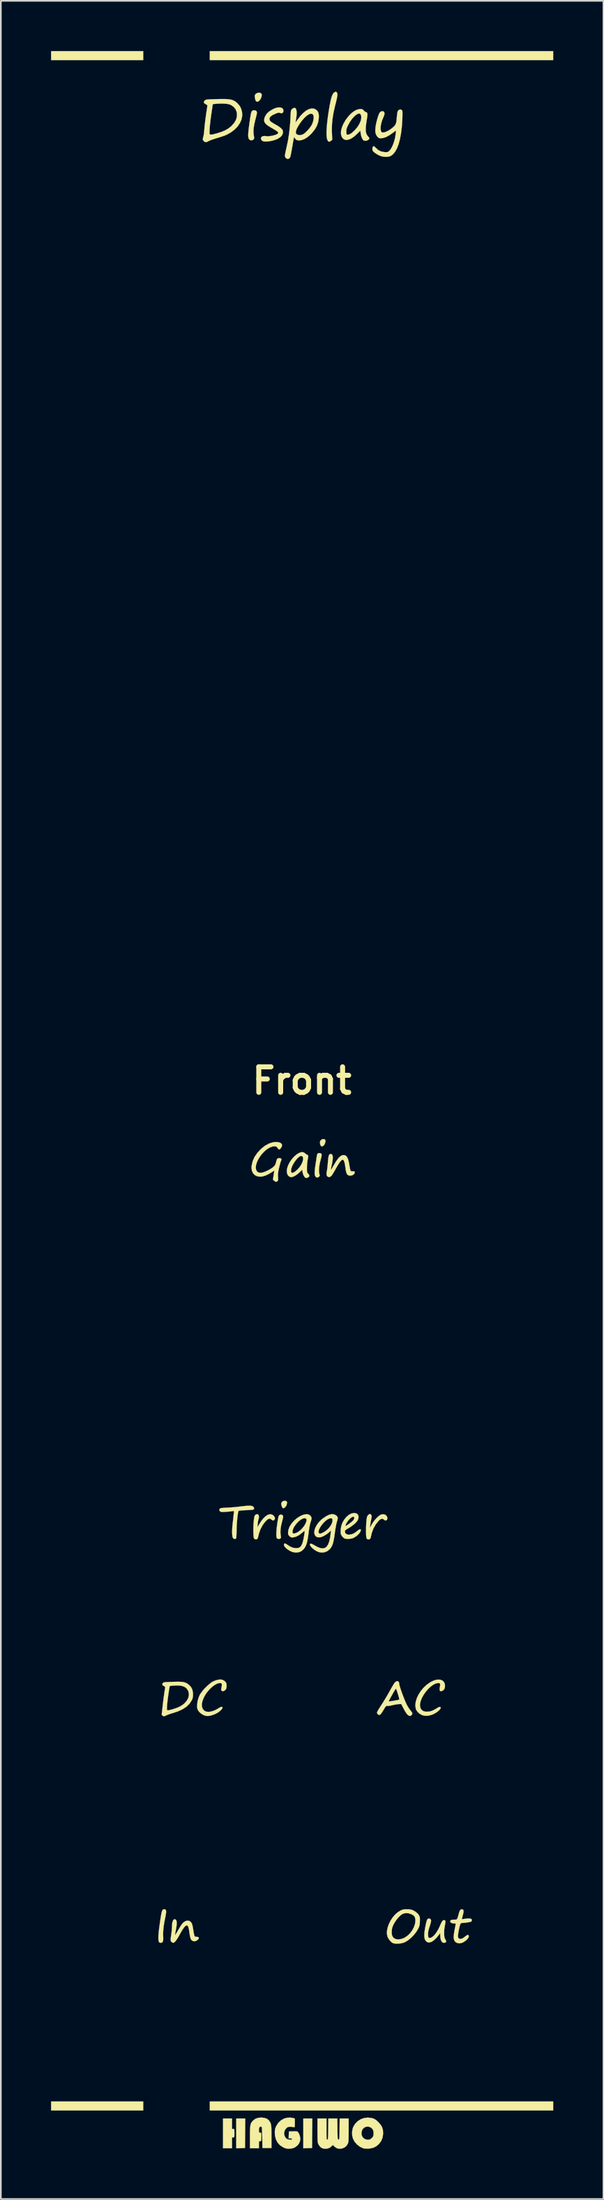
<source format=kicad_pcb>
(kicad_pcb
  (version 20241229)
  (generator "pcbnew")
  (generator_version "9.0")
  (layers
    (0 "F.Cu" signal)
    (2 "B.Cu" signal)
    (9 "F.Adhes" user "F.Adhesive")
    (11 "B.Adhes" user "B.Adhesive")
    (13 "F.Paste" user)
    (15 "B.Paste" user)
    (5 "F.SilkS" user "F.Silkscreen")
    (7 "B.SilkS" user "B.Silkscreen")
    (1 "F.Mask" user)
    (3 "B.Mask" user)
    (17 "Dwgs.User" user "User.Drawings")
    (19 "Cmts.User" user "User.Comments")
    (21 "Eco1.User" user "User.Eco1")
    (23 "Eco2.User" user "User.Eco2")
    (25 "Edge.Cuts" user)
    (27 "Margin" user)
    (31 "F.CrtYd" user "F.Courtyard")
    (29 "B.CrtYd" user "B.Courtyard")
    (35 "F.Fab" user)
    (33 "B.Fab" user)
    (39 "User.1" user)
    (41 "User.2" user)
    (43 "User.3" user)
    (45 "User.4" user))
  (footprint "Front"
    (layer "F.Cu")
    (at 14.991 61.529)
    (property "Reference" "Front" (at 0 0 0) (layer "F.SilkS") (effects (font (size 1.524 1.524) (thickness 0.3))))
    (attr through_hole)
    (fp_poly (pts (xy -9.483 -60.988) (xy -14.986 -60.988) (xy -14.986 -61.524) (xy -9.483 -61.524) (xy -9.483 -60.988)) (stroke (width 0.01) (type solid)) (fill yes) (layer "F.SilkS"))
    (fp_poly (pts (xy -9.483 61.524) (xy -14.986 61.524) (xy -14.986 60.988) (xy -9.483 60.988) (xy -9.483 61.524)) (stroke (width 0.01) (type solid)) (fill yes) (layer "F.SilkS"))
    (fp_poly (pts (xy 15.014 -60.988) (xy -5.503 -60.988) (xy -5.503 -61.524) (xy 15.014 -61.524) (xy 15.014 -60.988)) (stroke (width 0.01) (type solid)) (fill yes) (layer "F.SilkS"))
    (fp_poly (pts (xy 15.014 61.524) (xy -5.503 61.524) (xy -5.503 60.988) (xy 15.014 60.988) (xy 15.014 61.524)) (stroke (width 0.01) (type solid)) (fill yes) (layer "F.SilkS"))
    (fp_poly (pts (xy -3.393 62.886) (xy -3.401 63.768) (xy -3.662 63.776) (xy -3.923 63.784) (xy -3.923 62.004) (xy -3.386 62.004) (xy -3.393 62.886)) (stroke (width 0.01) (type solid)) (fill yes) (layer "F.SilkS"))
    (fp_poly (pts (xy 0.614 62.886) (xy 0.607 63.768) (xy 0.346 63.776) (xy 0.085 63.784) (xy 0.085 62.004) (xy 0.622 62.004) (xy 0.614 62.886)) (stroke (width 0.01) (type solid)) (fill yes) (layer "F.SilkS"))
    (fp_poly (pts (xy 1.383 3.514) (xy 1.401 3.543) (xy 1.408 3.622) (xy 1.387 3.72) (xy 1.345 3.813) (xy 1.312 3.855) (xy 1.233 3.914) (xy 1.169 3.918) (xy 1.12 3.868) (xy 1.099 3.816) (xy 1.076 3.691) (xy 1.095 3.597) (xy 1.157 3.524) (xy 1.162 3.52) (xy 1.24 3.485) (xy 1.32 3.484) (xy 1.383 3.514)) (stroke (width 0.01) (type solid)) (fill yes) (layer "F.SilkS"))
    (fp_poly (pts (xy -0.961 25.106) (xy -0.905 25.141) (xy -0.882 25.197) (xy -0.887 25.227) (xy -0.904 25.289) (xy -0.919 25.351) (xy -0.955 25.424) (xy -1.017 25.491) (xy -1.086 25.534) (xy -1.119 25.541) (xy -1.156 25.517) (xy -1.188 25.463) (xy -1.226 25.346) (xy -1.235 25.262) (xy -1.214 25.197) (xy -1.184 25.159) (xy -1.115 25.112) (xy -1.035 25.095) (xy -0.961 25.106)) (stroke (width 0.01) (type solid)) (fill yes) (layer "F.SilkS"))
    (fp_poly (pts (xy -4.177 62.625) (xy -4.106 62.625) (xy -4.073 62.627) (xy -4.052 62.64) (xy -4.041 62.676) (xy -4.037 62.744) (xy -4.036 62.857) (xy -4.036 62.879) (xy -4.036 62.999) (xy -4.04 63.074) (xy -4.05 63.114) (xy -4.069 63.13) (xy -4.1 63.133) (xy -4.106 63.133) (xy -4.177 63.133) (xy -4.177 63.782) (xy -4.713 63.782) (xy -4.713 62.004) (xy -4.177 62.004) (xy -4.177 62.625)) (stroke (width 0.01) (type solid)) (fill yes) (layer "F.SilkS"))
    (fp_poly (pts (xy -2.503 -59.033) (xy -2.435 -58.998) (xy -2.401 -58.939) (xy -2.399 -58.92) (xy -2.414 -58.803) (xy -2.452 -58.696) (xy -2.507 -58.607) (xy -2.572 -58.541) (xy -2.64 -58.505) (xy -2.703 -58.507) (xy -2.754 -58.551) (xy -2.77 -58.582) (xy -2.793 -58.662) (xy -2.812 -58.76) (xy -2.815 -58.778) (xy -2.818 -58.862) (xy -2.797 -58.921) (xy -2.756 -58.968) (xy -2.678 -59.02) (xy -2.589 -59.04) (xy -2.503 -59.033)) (stroke (width 0.01) (type solid)) (fill yes) (layer "F.SilkS"))
    (fp_poly (pts (xy -1.215 25.924) (xy -1.149 25.964) (xy -1.13 25.991) (xy -1.121 26.04) (xy -1.131 26.123) (xy -1.162 26.249) (xy -1.173 26.286) (xy -1.236 26.54) (xy -1.274 26.775) (xy -1.285 26.979) (xy -1.269 27.14) (xy -1.253 27.24) (xy -1.255 27.302) (xy -1.271 27.335) (xy -1.331 27.369) (xy -1.41 27.372) (xy -1.481 27.345) (xy -1.499 27.329) (xy -1.519 27.271) (xy -1.528 27.167) (xy -1.527 27.023) (xy -1.516 26.848) (xy -1.497 26.651) (xy -1.468 26.438) (xy -1.433 26.219) (xy -1.395 26.029) (xy -1.357 25.959) (xy -1.29 25.923) (xy -1.215 25.924)) (stroke (width 0.01) (type solid)) (fill yes) (layer "F.SilkS"))
    (fp_poly (pts (xy 1.117 4.327) (xy 1.161 4.357) (xy 1.179 4.415) (xy 1.172 4.508) (xy 1.141 4.643) (xy 1.113 4.741) (xy 1.068 4.922) (xy 1.037 5.11) (xy 1.022 5.289) (xy 1.023 5.445) (xy 1.041 5.564) (xy 1.044 5.574) (xy 1.065 5.646) (xy 1.06 5.689) (xy 1.027 5.725) (xy 1.017 5.734) (xy 0.941 5.779) (xy 0.876 5.773) (xy 0.818 5.729) (xy 0.783 5.669) (xy 0.765 5.574) (xy 0.764 5.438) (xy 0.779 5.257) (xy 0.805 5.066) (xy 0.828 4.915) (xy 0.852 4.755) (xy 0.872 4.615) (xy 0.878 4.572) (xy 0.898 4.451) (xy 0.922 4.376) (xy 0.957 4.336) (xy 1.008 4.32) (xy 1.046 4.318) (xy 1.117 4.327)) (stroke (width 0.01) (type solid)) (fill yes) (layer "F.SilkS"))
    (fp_poly (pts (xy -8.165 49.512) (xy -8.13 49.547) (xy -8.114 49.613) (xy -8.118 49.717) (xy -8.14 49.863) (xy -8.165 49.987) (xy -8.228 50.307) (xy -8.269 50.585) (xy -8.291 50.831) (xy -8.294 51.055) (xy -8.291 51.123) (xy -8.287 51.28) (xy -8.297 51.389) (xy -8.323 51.458) (xy -8.368 51.494) (xy -8.435 51.506) (xy -8.441 51.506) (xy -8.51 51.492) (xy -8.549 51.441) (xy -8.552 51.433) (xy -8.57 51.354) (xy -8.578 51.238) (xy -8.573 51.083) (xy -8.558 50.884) (xy -8.53 50.638) (xy -8.49 50.342) (xy -8.481 50.281) (xy -8.447 50.051) (xy -8.418 49.871) (xy -8.392 49.735) (xy -8.367 49.637) (xy -8.341 49.57) (xy -8.312 49.53) (xy -8.277 49.509) (xy -8.236 49.502) (xy -8.222 49.502) (xy -8.165 49.512)) (stroke (width 0.01) (type solid)) (fill yes) (layer "F.SilkS"))
    (fp_poly (pts (xy 2.05 -59.088) (xy 2.08 -59.062) (xy 2.105 -59.026) (xy 2.119 -58.977) (xy 2.121 -58.907) (xy 2.109 -58.81) (xy 2.084 -58.678) (xy 2.044 -58.506) (xy 1.993 -58.306) (xy 1.896 -57.887) (xy 1.831 -57.5) (xy 1.796 -57.134) (xy 1.789 -56.774) (xy 1.794 -56.626) (xy 1.813 -56.228) (xy 1.735 -56.167) (xy 1.668 -56.12) (xy 1.622 -56.111) (xy 1.576 -56.139) (xy 1.555 -56.16) (xy 1.513 -56.236) (xy 1.485 -56.362) (xy 1.472 -56.536) (xy 1.473 -56.755) (xy 1.488 -57.013) (xy 1.516 -57.309) (xy 1.557 -57.638) (xy 1.612 -57.997) (xy 1.667 -58.307) (xy 1.713 -58.542) (xy 1.758 -58.726) (xy 1.804 -58.866) (xy 1.853 -58.967) (xy 1.908 -59.035) (xy 1.954 -59.069) (xy 2.012 -59.095) (xy 2.05 -59.088)) (stroke (width 0.01) (type solid)) (fill yes) (layer "F.SilkS"))
    (fp_poly (pts (xy -2.772 -57.981) (xy -2.708 -57.931) (xy -2.686 -57.848) (xy -2.689 -57.816) (xy -2.701 -57.754) (xy -2.725 -57.652) (xy -2.756 -57.526) (xy -2.788 -57.404) (xy -2.849 -57.143) (xy -2.885 -56.92) (xy -2.896 -56.726) (xy -2.884 -56.547) (xy -2.876 -56.495) (xy -2.859 -56.391) (xy -2.855 -56.326) (xy -2.865 -56.284) (xy -2.891 -56.249) (xy -2.893 -56.247) (xy -2.967 -56.201) (xy -3.054 -56.195) (xy -3.13 -56.23) (xy -3.141 -56.241) (xy -3.171 -56.284) (xy -3.193 -56.341) (xy -3.205 -56.417) (xy -3.209 -56.518) (xy -3.202 -56.649) (xy -3.187 -56.816) (xy -3.161 -57.024) (xy -3.126 -57.279) (xy -3.102 -57.446) (xy -3.073 -57.632) (xy -3.048 -57.77) (xy -3.023 -57.866) (xy -2.995 -57.929) (xy -2.961 -57.966) (xy -2.919 -57.985) (xy -2.874 -57.991) (xy -2.772 -57.981)) (stroke (width 0.01) (type solid)) (fill yes) (layer "F.SilkS"))
    (fp_poly (pts (xy -2.625 25.908) (xy -2.583 25.96) (xy -2.567 26.046) (xy -2.58 26.152) (xy -2.596 26.204) (xy -2.613 26.27) (xy -2.629 26.37) (xy -2.641 26.481) (xy -2.657 26.684) (xy -2.569 26.528) (xy -2.438 26.317) (xy -2.303 26.146) (xy -2.168 26.019) (xy -2.037 25.935) (xy -1.914 25.899) (xy -1.801 25.911) (xy -1.702 25.974) (xy -1.688 25.989) (xy -1.628 26.071) (xy -1.611 26.141) (xy -1.636 26.216) (xy -1.638 26.22) (xy -1.688 26.267) (xy -1.754 26.266) (xy -1.82 26.218) (xy -1.887 26.168) (xy -1.961 26.163) (xy -2.046 26.205) (xy -2.147 26.296) (xy -2.183 26.334) (xy -2.345 26.548) (xy -2.477 26.795) (xy -2.568 27.053) (xy -2.585 27.124) (xy -2.61 27.23) (xy -2.635 27.316) (xy -2.656 27.365) (xy -2.658 27.368) (xy -2.716 27.4) (xy -2.79 27.396) (xy -2.852 27.359) (xy -2.854 27.357) (xy -2.874 27.303) (xy -2.888 27.203) (xy -2.897 27.068) (xy -2.901 26.909) (xy -2.9 26.734) (xy -2.894 26.556) (xy -2.883 26.384) (xy -2.869 26.229) (xy -2.851 26.101) (xy -2.829 26.01) (xy -2.819 25.986) (xy -2.76 25.92) (xy -2.684 25.895) (xy -2.625 25.908)) (stroke (width 0.01) (type solid)) (fill yes) (layer "F.SilkS"))
    (fp_poly (pts (xy 4.121 25.913) (xy 4.135 25.927) (xy 4.17 25.998) (xy 4.168 26.047) (xy 4.156 26.116) (xy 4.137 26.214) (xy 4.126 26.275) (xy 4.105 26.396) (xy 4.086 26.523) (xy 4.079 26.571) (xy 4.063 26.712) (xy 4.169 26.516) (xy 4.255 26.377) (xy 4.36 26.24) (xy 4.475 26.114) (xy 4.589 26.01) (xy 4.692 25.938) (xy 4.752 25.912) (xy 4.877 25.9) (xy 4.985 25.932) (xy 5.064 26.001) (xy 5.105 26.099) (xy 5.108 26.14) (xy 5.088 26.223) (xy 5.036 26.267) (xy 4.967 26.267) (xy 4.897 26.218) (xy 4.825 26.169) (xy 4.745 26.172) (xy 4.652 26.228) (xy 4.598 26.277) (xy 4.423 26.489) (xy 4.28 26.738) (xy 4.177 27.007) (xy 4.134 27.192) (xy 4.109 27.304) (xy 4.074 27.37) (xy 4.022 27.399) (xy 3.978 27.404) (xy 3.907 27.389) (xy 3.864 27.336) (xy 3.86 27.326) (xy 3.847 27.266) (xy 3.838 27.16) (xy 3.833 27.021) (xy 3.832 26.86) (xy 3.834 26.688) (xy 3.841 26.516) (xy 3.85 26.357) (xy 3.864 26.221) (xy 3.864 26.219) (xy 3.882 26.101) (xy 3.904 26.024) (xy 3.936 25.972) (xy 3.965 25.943) (xy 4.03 25.894) (xy 4.076 25.885) (xy 4.121 25.913)) (stroke (width 0.01) (type solid)) (fill yes) (layer "F.SilkS"))
    (fp_poly (pts (xy 4.153 61.973) (xy 4.223 61.992) (xy 4.318 62.028) (xy 4.402 62.076) (xy 4.49 62.148) (xy 4.574 62.228) (xy 4.708 62.381) (xy 4.794 62.53) (xy 4.841 62.693) (xy 4.852 62.884) (xy 4.85 62.944) (xy 4.815 63.164) (xy 4.733 63.357) (xy 4.601 63.528) (xy 4.587 63.543) (xy 4.431 63.672) (xy 4.263 63.754) (xy 4.07 63.795) (xy 3.965 63.802) (xy 3.848 63.802) (xy 3.745 63.797) (xy 3.676 63.787) (xy 3.669 63.785) (xy 3.469 63.693) (xy 3.291 63.557) (xy 3.147 63.389) (xy 3.049 63.202) (xy 3.004 63.011) (xy 3 62.836) (xy 3.56 62.836) (xy 3.565 62.974) (xy 3.613 63.097) (xy 3.699 63.193) (xy 3.818 63.255) (xy 3.944 63.274) (xy 4.034 63.265) (xy 4.108 63.23) (xy 4.168 63.18) (xy 4.23 63.115) (xy 4.264 63.051) (xy 4.28 62.964) (xy 4.283 62.931) (xy 4.277 62.772) (xy 4.227 62.647) (xy 4.132 62.552) (xy 4.112 62.539) (xy 3.984 62.491) (xy 3.854 62.493) (xy 3.734 62.541) (xy 3.638 62.632) (xy 3.603 62.69) (xy 3.56 62.836) (xy 3 62.836) (xy 2.999 62.803) (xy 3.035 62.602) (xy 3.069 62.507) (xy 3.182 62.319) (xy 3.334 62.165) (xy 3.515 62.049) (xy 3.718 61.976) (xy 3.934 61.95) (xy 4.153 61.973)) (stroke (width 0.01) (type solid)) (fill yes) (layer "F.SilkS"))
    (fp_poly (pts (xy -2.24 61.967) (xy -2.082 62.026) (xy -1.962 62.125) (xy -1.878 62.265) (xy -1.872 62.28) (xy -1.855 62.33) (xy -1.842 62.386) (xy -1.833 62.458) (xy -1.827 62.552) (xy -1.823 62.678) (xy -1.821 62.843) (xy -1.82 63.055) (xy -1.82 63.091) (xy -1.82 63.768) (xy -2.357 63.768) (xy -2.371 63.133) (xy -2.376 62.928) (xy -2.38 62.771) (xy -2.386 62.658) (xy -2.392 62.58) (xy -2.401 62.531) (xy -2.412 62.504) (xy -2.427 62.492) (xy -2.436 62.489) (xy -2.504 62.496) (xy -2.548 62.551) (xy -2.567 62.654) (xy -2.568 62.699) (xy -2.566 62.787) (xy -2.556 62.832) (xy -2.531 62.849) (xy -2.498 62.851) (xy -2.464 62.853) (xy -2.444 62.866) (xy -2.432 62.902) (xy -2.428 62.97) (xy -2.427 63.082) (xy -2.427 63.105) (xy -2.428 63.225) (xy -2.431 63.3) (xy -2.441 63.34) (xy -2.46 63.356) (xy -2.491 63.359) (xy -2.498 63.359) (xy -2.534 63.362) (xy -2.555 63.377) (xy -2.565 63.418) (xy -2.568 63.496) (xy -2.568 63.571) (xy -2.568 63.782) (xy -3.104 63.782) (xy -3.104 63.129) (xy -3.104 62.889) (xy -3.1 62.698) (xy -3.092 62.548) (xy -3.079 62.432) (xy -3.059 62.342) (xy -3.031 62.271) (xy -2.993 62.211) (xy -2.944 62.154) (xy -2.922 62.131) (xy -2.783 62.025) (xy -2.621 61.966) (xy -2.438 61.948) (xy -2.24 61.967)) (stroke (width 0.01) (type solid)) (fill yes) (layer "F.SilkS"))
    (fp_poly (pts (xy 8.279 35.789) (xy 8.4 35.838) (xy 8.489 35.925) (xy 8.54 36.046) (xy 8.551 36.15) (xy 8.534 36.289) (xy 8.479 36.389) (xy 8.402 36.445) (xy 8.313 36.474) (xy 8.257 36.461) (xy 8.23 36.402) (xy 8.233 36.297) (xy 8.245 36.225) (xy 8.263 36.108) (xy 8.258 36.035) (xy 8.226 35.996) (xy 8.163 35.984) (xy 8.149 35.983) (xy 8.009 36.009) (xy 7.858 36.081) (xy 7.704 36.191) (xy 7.553 36.331) (xy 7.41 36.494) (xy 7.284 36.672) (xy 7.179 36.857) (xy 7.102 37.041) (xy 7.061 37.217) (xy 7.056 37.3) (xy 7.077 37.456) (xy 7.141 37.575) (xy 7.246 37.656) (xy 7.39 37.696) (xy 7.421 37.699) (xy 7.606 37.692) (xy 7.79 37.64) (xy 7.983 37.541) (xy 8.044 37.502) (xy 8.159 37.435) (xy 8.241 37.408) (xy 8.287 37.423) (xy 8.297 37.46) (xy 8.273 37.527) (xy 8.206 37.607) (xy 8.108 37.692) (xy 7.988 37.773) (xy 7.857 37.843) (xy 7.757 37.884) (xy 7.558 37.935) (xy 7.383 37.945) (xy 7.218 37.912) (xy 7.197 37.905) (xy 7.049 37.83) (xy 6.924 37.722) (xy 6.834 37.595) (xy 6.804 37.518) (xy 6.778 37.326) (xy 6.8 37.117) (xy 6.863 36.9) (xy 6.965 36.682) (xy 7.1 36.47) (xy 7.263 36.271) (xy 7.452 36.094) (xy 7.66 35.946) (xy 7.778 35.881) (xy 7.962 35.808) (xy 8.131 35.778) (xy 8.279 35.789)) (stroke (width 0.01) (type solid)) (fill yes) (layer "F.SilkS"))
    (fp_poly (pts (xy -0.529 61.977) (xy -0.423 62.007) (xy -0.423 62.276) (xy -0.424 62.4) (xy -0.427 62.477) (xy -0.435 62.517) (xy -0.451 62.53) (xy -0.477 62.525) (xy -0.487 62.521) (xy -0.552 62.508) (xy -0.646 62.499) (xy -0.697 62.498) (xy -0.794 62.504) (xy -0.862 62.527) (xy -0.925 62.577) (xy -0.929 62.58) (xy -1.018 62.7) (xy -1.06 62.838) (xy -1.056 62.979) (xy -1.004 63.111) (xy -0.962 63.168) (xy -0.899 63.224) (xy -0.825 63.255) (xy -0.739 63.267) (xy -0.652 63.273) (xy -0.608 63.266) (xy -0.593 63.244) (xy -0.593 63.235) (xy -0.61 63.203) (xy -0.668 63.19) (xy -0.693 63.19) (xy -0.793 63.19) (xy -0.776 62.78) (xy -0.528 62.772) (xy -0.407 62.769) (xy -0.328 62.772) (xy -0.279 62.784) (xy -0.246 62.806) (xy -0.224 62.829) (xy -0.166 62.927) (xy -0.122 63.055) (xy -0.098 63.188) (xy -0.101 63.294) (xy -0.141 63.435) (xy -0.212 63.553) (xy -0.287 63.633) (xy -0.423 63.734) (xy -0.579 63.792) (xy -0.767 63.81) (xy -0.771 63.81) (xy -0.893 63.804) (xy -0.997 63.779) (xy -1.114 63.729) (xy -1.126 63.723) (xy -1.311 63.601) (xy -1.455 63.442) (xy -1.554 63.249) (xy -1.609 63.026) (xy -1.62 62.845) (xy -1.615 62.717) (xy -1.598 62.618) (xy -1.563 62.521) (xy -1.527 62.444) (xy -1.409 62.261) (xy -1.256 62.117) (xy -1.077 62.014) (xy -0.88 61.958) (xy -0.674 61.951) (xy -0.529 61.977)) (stroke (width 0.01) (type solid)) (fill yes) (layer "F.SilkS"))
    (fp_poly (pts (xy -1.277 -58.156) (xy -1.182 -58.119) (xy -1.122 -58.054) (xy -1.103 -57.961) (xy -1.112 -57.9) (xy -1.152 -57.833) (xy -1.223 -57.81) (xy -1.309 -57.831) (xy -1.356 -57.846) (xy -1.409 -57.844) (xy -1.484 -57.823) (xy -1.58 -57.787) (xy -1.752 -57.707) (xy -1.87 -57.621) (xy -1.933 -57.531) (xy -1.941 -57.439) (xy -1.894 -57.344) (xy -1.846 -57.302) (xy -1.762 -57.244) (xy -1.655 -57.18) (xy -1.591 -57.144) (xy -1.399 -57.033) (xy -1.258 -56.927) (xy -1.169 -56.83) (xy -1.139 -56.765) (xy -1.133 -56.632) (xy -1.181 -56.507) (xy -1.281 -56.393) (xy -1.431 -56.294) (xy -1.441 -56.288) (xy -1.589 -56.226) (xy -1.757 -56.176) (xy -1.931 -56.141) (xy -2.096 -56.122) (xy -2.235 -56.123) (xy -2.307 -56.136) (xy -2.396 -56.186) (xy -2.444 -56.262) (xy -2.444 -56.345) (xy -2.402 -56.407) (xy -2.322 -56.445) (xy -2.219 -56.454) (xy -2.168 -56.446) (xy -2.064 -56.436) (xy -1.936 -56.443) (xy -1.797 -56.464) (xy -1.662 -56.495) (xy -1.546 -56.534) (xy -1.461 -56.577) (xy -1.429 -56.608) (xy -1.415 -56.635) (xy -1.414 -56.661) (xy -1.432 -56.69) (xy -1.473 -56.726) (xy -1.543 -56.775) (xy -1.648 -56.84) (xy -1.793 -56.926) (xy -1.902 -56.989) (xy -2.066 -57.095) (xy -2.178 -57.196) (xy -2.241 -57.298) (xy -2.259 -57.409) (xy -2.234 -57.536) (xy -2.19 -57.647) (xy -2.091 -57.796) (xy -1.938 -57.932) (xy -1.731 -58.057) (xy -1.703 -58.07) (xy -1.544 -58.133) (xy -1.4 -58.161) (xy -1.277 -58.156)) (stroke (width 0.01) (type solid)) (fill yes) (layer "F.SilkS"))
    (fp_poly (pts (xy -3.042 25.395) (xy -2.955 25.417) (xy -2.89 25.466) (xy -2.857 25.529) (xy -2.869 25.593) (xy -2.869 25.593) (xy -2.89 25.612) (xy -2.928 25.626) (xy -2.995 25.636) (xy -3.097 25.644) (xy -3.243 25.651) (xy -3.325 25.654) (xy -3.493 25.662) (xy -3.63 25.672) (xy -3.727 25.684) (xy -3.778 25.696) (xy -3.782 25.699) (xy -3.801 25.745) (xy -3.822 25.838) (xy -3.842 25.969) (xy -3.861 26.129) (xy -3.877 26.309) (xy -3.891 26.499) (xy -3.901 26.691) (xy -3.905 26.868) (xy -3.908 27.021) (xy -3.913 27.156) (xy -3.92 27.261) (xy -3.928 27.326) (xy -3.932 27.34) (xy -3.981 27.373) (xy -4.048 27.37) (xy -4.107 27.336) (xy -4.124 27.312) (xy -4.151 27.226) (xy -4.166 27.092) (xy -4.17 26.919) (xy -4.162 26.715) (xy -4.142 26.488) (xy -4.135 26.43) (xy -4.116 26.27) (xy -4.098 26.113) (xy -4.083 25.978) (xy -4.073 25.879) (xy -4.072 25.868) (xy -4.055 25.702) (xy -4.194 25.721) (xy -4.288 25.732) (xy -4.414 25.744) (xy -4.551 25.755) (xy -4.587 25.757) (xy -4.713 25.764) (xy -4.796 25.764) (xy -4.847 25.754) (xy -4.882 25.735) (xy -4.891 25.726) (xy -4.935 25.657) (xy -4.922 25.591) (xy -4.899 25.562) (xy -4.862 25.543) (xy -4.788 25.529) (xy -4.671 25.517) (xy -4.505 25.507) (xy -4.454 25.505) (xy -4.273 25.495) (xy -4.078 25.48) (xy -3.893 25.463) (xy -3.74 25.445) (xy -3.739 25.445) (xy -3.505 25.416) (xy -3.314 25.398) (xy -3.154 25.392) (xy -3.042 25.395)) (stroke (width 0.01) (type solid)) (fill yes) (layer "F.SilkS"))
    (fp_poly (pts (xy 7.671 50.08) (xy 7.716 50.147) (xy 7.72 50.159) (xy 7.717 50.211) (xy 7.698 50.304) (xy 7.666 50.425) (xy 7.634 50.527) (xy 7.587 50.677) (xy 7.557 50.793) (xy 7.543 50.89) (xy 7.54 50.986) (xy 7.541 51.021) (xy 7.547 51.121) (xy 7.557 51.179) (xy 7.576 51.206) (xy 7.611 51.216) (xy 7.623 51.218) (xy 7.716 51.202) (xy 7.82 51.137) (xy 7.929 51.031) (xy 8.038 50.888) (xy 8.143 50.716) (xy 8.238 50.519) (xy 8.26 50.465) (xy 8.326 50.316) (xy 8.385 50.217) (xy 8.441 50.164) (xy 8.5 50.152) (xy 8.535 50.16) (xy 8.566 50.188) (xy 8.577 50.244) (xy 8.569 50.337) (xy 8.543 50.474) (xy 8.535 50.509) (xy 8.504 50.72) (xy 8.5 50.96) (xy 8.506 51.091) (xy 8.518 51.18) (xy 8.537 51.244) (xy 8.568 51.298) (xy 8.577 51.31) (xy 8.618 51.394) (xy 8.61 51.459) (xy 8.558 51.498) (xy 8.469 51.503) (xy 8.425 51.494) (xy 8.365 51.452) (xy 8.316 51.365) (xy 8.282 51.243) (xy 8.268 51.099) (xy 8.268 51.089) (xy 8.266 50.927) (xy 8.204 51.01) (xy 8.057 51.191) (xy 7.913 51.332) (xy 7.778 51.43) (xy 7.655 51.482) (xy 7.549 51.486) (xy 7.521 51.478) (xy 7.429 51.422) (xy 7.364 51.338) (xy 7.325 51.22) (xy 7.312 51.065) (xy 7.324 50.868) (xy 7.361 50.626) (xy 7.384 50.51) (xy 7.418 50.347) (xy 7.447 50.231) (xy 7.472 50.153) (xy 7.496 50.105) (xy 7.523 50.077) (xy 7.526 50.074) (xy 7.602 50.053) (xy 7.671 50.08)) (stroke (width 0.01) (type solid)) (fill yes) (layer "F.SilkS"))
    (fp_poly (pts (xy 3.248 25.845) (xy 3.332 25.906) (xy 3.379 25.996) (xy 3.385 26.108) (xy 3.347 26.232) (xy 3.309 26.297) (xy 3.222 26.401) (xy 3.095 26.516) (xy 2.942 26.632) (xy 2.776 26.738) (xy 2.734 26.761) (xy 2.643 26.815) (xy 2.592 26.857) (xy 2.571 26.898) (xy 2.568 26.931) (xy 2.592 27.026) (xy 2.661 27.09) (xy 2.771 27.119) (xy 2.815 27.121) (xy 2.978 27.097) (xy 3.138 27.025) (xy 3.304 26.901) (xy 3.31 26.897) (xy 3.403 26.825) (xy 3.472 26.794) (xy 3.512 26.805) (xy 3.52 26.858) (xy 3.515 26.887) (xy 3.465 26.992) (xy 3.373 27.104) (xy 3.25 27.21) (xy 3.107 27.3) (xy 3.062 27.322) (xy 2.96 27.353) (xy 2.832 27.37) (xy 2.7 27.373) (xy 2.589 27.359) (xy 2.552 27.348) (xy 2.482 27.301) (xy 2.409 27.222) (xy 2.349 27.134) (xy 2.325 27.075) (xy 2.318 27.012) (xy 2.316 26.914) (xy 2.32 26.801) (xy 2.32 26.796) (xy 2.354 26.596) (xy 2.357 26.587) (xy 2.602 26.587) (xy 2.605 26.603) (xy 2.627 26.598) (xy 2.676 26.568) (xy 2.759 26.512) (xy 2.841 26.454) (xy 2.984 26.344) (xy 3.078 26.249) (xy 3.125 26.164) (xy 3.133 26.116) (xy 3.12 26.065) (xy 3.072 26.049) (xy 3.062 26.049) (xy 2.985 26.073) (xy 2.895 26.137) (xy 2.802 26.231) (xy 2.716 26.343) (xy 2.647 26.462) (xy 2.61 26.554) (xy 2.602 26.587) (xy 2.357 26.587) (xy 2.424 26.404) (xy 2.524 26.226) (xy 2.648 26.072) (xy 2.788 25.948) (xy 2.939 25.863) (xy 3.094 25.825) (xy 3.129 25.823) (xy 3.248 25.845)) (stroke (width 0.01) (type solid)) (fill yes) (layer "F.SilkS"))
    (fp_poly (pts (xy 1.468 62.641) (xy 1.468 62.847) (xy 1.469 63.003) (xy 1.472 63.116) (xy 1.476 63.192) (xy 1.483 63.239) (xy 1.493 63.262) (xy 1.507 63.27) (xy 1.517 63.269) (xy 1.533 63.262) (xy 1.546 63.242) (xy 1.555 63.204) (xy 1.562 63.139) (xy 1.566 63.041) (xy 1.57 62.904) (xy 1.573 62.72) (xy 1.574 62.632) (xy 1.582 62.004) (xy 2.116 62.004) (xy 2.123 62.632) (xy 2.126 62.836) (xy 2.129 62.99) (xy 2.132 63.101) (xy 2.138 63.177) (xy 2.146 63.224) (xy 2.156 63.249) (xy 2.171 63.258) (xy 2.187 63.26) (xy 2.206 63.258) (xy 2.22 63.247) (xy 2.23 63.22) (xy 2.237 63.17) (xy 2.242 63.091) (xy 2.246 62.975) (xy 2.249 62.816) (xy 2.251 62.632) (xy 2.259 62.004) (xy 2.794 62.004) (xy 2.793 62.703) (xy 2.793 62.924) (xy 2.791 63.096) (xy 2.788 63.227) (xy 2.783 63.325) (xy 2.775 63.398) (xy 2.764 63.452) (xy 2.749 63.496) (xy 2.74 63.517) (xy 2.65 63.653) (xy 2.523 63.749) (xy 2.372 63.8) (xy 2.343 63.804) (xy 2.207 63.808) (xy 2.101 63.785) (xy 2.006 63.729) (xy 1.951 63.683) (xy 1.843 63.586) (xy 1.775 63.659) (xy 1.665 63.75) (xy 1.539 63.798) (xy 1.403 63.81) (xy 1.276 63.799) (xy 1.176 63.761) (xy 1.154 63.747) (xy 1.082 63.681) (xy 1.015 63.592) (xy 0.995 63.557) (xy 0.975 63.516) (xy 0.96 63.475) (xy 0.949 63.426) (xy 0.941 63.361) (xy 0.936 63.273) (xy 0.933 63.153) (xy 0.932 62.995) (xy 0.931 62.791) (xy 0.931 62.718) (xy 0.931 62.004) (xy 1.468 62.004) (xy 1.468 62.641)) (stroke (width 0.01) (type solid)) (fill yes) (layer "F.SilkS"))
    (fp_poly (pts (xy 1.788 4.393) (xy 1.828 4.451) (xy 1.846 4.55) (xy 1.84 4.694) (xy 1.813 4.885) (xy 1.762 5.124) (xy 1.761 5.129) (xy 1.741 5.223) (xy 1.73 5.293) (xy 1.73 5.323) (xy 1.747 5.304) (xy 1.786 5.245) (xy 1.841 5.154) (xy 1.907 5.04) (xy 1.919 5.019) (xy 2.044 4.812) (xy 2.156 4.654) (xy 2.258 4.543) (xy 2.354 4.473) (xy 2.437 4.444) (xy 2.542 4.441) (xy 2.629 4.478) (xy 2.7 4.559) (xy 2.758 4.686) (xy 2.805 4.862) (xy 2.835 5.035) (xy 2.856 5.164) (xy 2.879 5.275) (xy 2.899 5.353) (xy 2.913 5.383) (xy 2.97 5.41) (xy 3.037 5.406) (xy 3.117 5.404) (xy 3.154 5.438) (xy 3.151 5.51) (xy 3.151 5.512) (xy 3.106 5.586) (xy 3.024 5.639) (xy 2.924 5.666) (xy 2.822 5.662) (xy 2.746 5.63) (xy 2.701 5.586) (xy 2.666 5.517) (xy 2.637 5.415) (xy 2.612 5.271) (xy 2.596 5.154) (xy 2.566 4.963) (xy 2.53 4.825) (xy 2.488 4.742) (xy 2.439 4.713) (xy 2.439 4.713) (xy 2.38 4.737) (xy 2.305 4.81) (xy 2.214 4.934) (xy 2.106 5.109) (xy 2.02 5.261) (xy 1.944 5.395) (xy 1.872 5.517) (xy 1.81 5.615) (xy 1.764 5.678) (xy 1.755 5.688) (xy 1.67 5.745) (xy 1.586 5.751) (xy 1.514 5.706) (xy 1.476 5.628) (xy 1.472 5.512) (xy 1.496 5.376) (xy 1.508 5.306) (xy 1.522 5.193) (xy 1.537 5.054) (xy 1.551 4.902) (xy 1.552 4.882) (xy 1.568 4.699) (xy 1.586 4.565) (xy 1.606 4.473) (xy 1.633 4.415) (xy 1.668 4.385) (xy 1.714 4.375) (xy 1.725 4.374) (xy 1.788 4.393)) (stroke (width 0.01) (type solid)) (fill yes) (layer "F.SilkS"))
    (fp_poly (pts (xy -7.561 50.11) (xy -7.523 50.139) (xy -7.491 50.207) (xy -7.48 50.325) (xy -7.491 50.488) (xy -7.522 50.693) (xy -7.536 50.759) (xy -7.558 50.876) (xy -7.575 50.971) (xy -7.582 51.031) (xy -7.581 51.046) (xy -7.563 51.028) (xy -7.525 50.97) (xy -7.471 50.881) (xy -7.421 50.795) (xy -7.348 50.668) (xy -7.272 50.545) (xy -7.207 50.443) (xy -7.178 50.401) (xy -7.072 50.284) (xy -6.956 50.21) (xy -6.84 50.181) (xy -6.731 50.199) (xy -6.65 50.253) (xy -6.609 50.302) (xy -6.576 50.36) (xy -6.549 50.439) (xy -6.524 50.549) (xy -6.498 50.698) (xy -6.481 50.81) (xy -6.46 50.932) (xy -6.438 51.034) (xy -6.418 51.102) (xy -6.407 51.121) (xy -6.359 51.142) (xy -6.283 51.153) (xy -6.271 51.153) (xy -6.19 51.167) (xy -6.157 51.207) (xy -6.175 51.268) (xy -6.219 51.32) (xy -6.322 51.393) (xy -6.429 51.418) (xy -6.529 51.395) (xy -6.611 51.325) (xy -6.638 51.28) (xy -6.663 51.207) (xy -6.689 51.098) (xy -6.711 50.97) (xy -6.719 50.913) (xy -6.747 50.728) (xy -6.777 50.595) (xy -6.813 50.509) (xy -6.855 50.467) (xy -6.883 50.461) (xy -6.946 50.488) (xy -7.026 50.568) (xy -7.122 50.701) (xy -7.233 50.885) (xy -7.295 50.999) (xy -7.403 51.189) (xy -7.499 51.338) (xy -7.582 51.441) (xy -7.649 51.497) (xy -7.681 51.506) (xy -7.733 51.49) (xy -7.783 51.462) (xy -7.815 51.433) (xy -7.835 51.396) (xy -7.843 51.34) (xy -7.84 51.256) (xy -7.826 51.135) (xy -7.804 50.981) (xy -7.784 50.83) (xy -7.77 50.671) (xy -7.762 50.531) (xy -7.761 50.49) (xy -7.751 50.338) (xy -7.722 50.219) (xy -7.678 50.137) (xy -7.623 50.099) (xy -7.561 50.11)) (stroke (width 0.01) (type solid)) (fill yes) (layer "F.SilkS"))
    (fp_poly (pts (xy 6.367 49.506) (xy 6.479 49.517) (xy 6.553 49.531) (xy 6.683 49.585) (xy 6.814 49.669) (xy 6.927 49.769) (xy 6.992 49.855) (xy 7.024 49.917) (xy 7.043 49.98) (xy 7.051 50.059) (xy 7.051 50.171) (xy 7.049 50.222) (xy 7.043 50.357) (xy 7.028 50.458) (xy 7.002 50.546) (xy 6.959 50.644) (xy 6.951 50.66) (xy 6.832 50.858) (xy 6.676 51.054) (xy 6.498 51.232) (xy 6.309 51.38) (xy 6.161 51.467) (xy 6.033 51.514) (xy 5.881 51.545) (xy 5.722 51.559) (xy 5.575 51.554) (xy 5.457 51.531) (xy 5.425 51.517) (xy 5.327 51.445) (xy 5.229 51.336) (xy 5.148 51.211) (xy 5.122 51.156) (xy 5.082 50.991) (xy 5.083 50.815) (xy 5.367 50.815) (xy 5.37 50.979) (xy 5.401 51.102) (xy 5.464 51.195) (xy 5.54 51.255) (xy 5.651 51.295) (xy 5.791 51.302) (xy 5.946 51.277) (xy 6.1 51.221) (xy 6.117 51.213) (xy 6.296 51.097) (xy 6.455 50.946) (xy 6.589 50.769) (xy 6.692 50.576) (xy 6.759 50.378) (xy 6.783 50.185) (xy 6.773 50.065) (xy 6.747 49.969) (xy 6.701 49.898) (xy 6.623 49.84) (xy 6.533 49.794) (xy 6.363 49.74) (xy 6.193 49.732) (xy 6.038 49.771) (xy 6.015 49.782) (xy 5.905 49.857) (xy 5.785 49.971) (xy 5.666 50.112) (xy 5.558 50.265) (xy 5.484 50.396) (xy 5.425 50.525) (xy 5.39 50.633) (xy 5.372 50.743) (xy 5.367 50.815) (xy 5.083 50.815) (xy 5.083 50.803) (xy 5.122 50.6) (xy 5.195 50.391) (xy 5.296 50.185) (xy 5.422 49.992) (xy 5.569 49.82) (xy 5.732 49.677) (xy 5.877 49.588) (xy 5.988 49.538) (xy 6.086 49.512) (xy 6.2 49.502) (xy 6.249 49.502) (xy 6.367 49.506)) (stroke (width 0.01) (type solid)) (fill yes) (layer "F.SilkS"))
    (fp_poly (pts (xy 3.571 -58.061) (xy 3.63 -58.04) (xy 3.682 -57.992) (xy 3.693 -57.979) (xy 3.753 -57.919) (xy 3.81 -57.883) (xy 3.821 -57.88) (xy 3.868 -57.864) (xy 3.898 -57.833) (xy 3.913 -57.779) (xy 3.913 -57.694) (xy 3.899 -57.569) (xy 3.872 -57.398) (xy 3.834 -57.146) (xy 3.815 -56.941) (xy 3.815 -56.775) (xy 3.834 -56.642) (xy 3.874 -56.536) (xy 3.934 -56.449) (xy 3.949 -56.433) (xy 4.012 -56.36) (xy 4.031 -56.308) (xy 4.007 -56.261) (xy 3.961 -56.221) (xy 3.871 -56.175) (xy 3.774 -56.165) (xy 3.689 -56.189) (xy 3.66 -56.213) (xy 3.595 -56.315) (xy 3.543 -56.457) (xy 3.511 -56.621) (xy 3.511 -56.623) (xy 3.492 -56.778) (xy 3.291 -56.575) (xy 3.118 -56.418) (xy 2.951 -56.305) (xy 2.796 -56.238) (xy 2.656 -56.216) (xy 2.536 -56.243) (xy 2.455 -56.299) (xy 2.374 -56.419) (xy 2.335 -56.57) (xy 2.338 -56.728) (xy 2.653 -56.728) (xy 2.656 -56.637) (xy 2.664 -56.571) (xy 2.672 -56.548) (xy 2.731 -56.526) (xy 2.818 -56.543) (xy 2.921 -56.594) (xy 2.986 -56.64) (xy 3.157 -56.796) (xy 3.307 -56.973) (xy 3.426 -57.158) (xy 3.509 -57.341) (xy 3.548 -57.506) (xy 3.547 -57.626) (xy 3.521 -57.722) (xy 3.475 -57.783) (xy 3.427 -57.799) (xy 3.329 -57.774) (xy 3.217 -57.703) (xy 3.097 -57.593) (xy 2.976 -57.451) (xy 2.861 -57.283) (xy 2.765 -57.111) (xy 2.706 -56.987) (xy 2.671 -56.89) (xy 2.656 -56.801) (xy 2.653 -56.728) (xy 2.338 -56.728) (xy 2.338 -56.747) (xy 2.383 -56.943) (xy 2.468 -57.155) (xy 2.593 -57.377) (xy 2.613 -57.408) (xy 2.774 -57.623) (xy 2.943 -57.8) (xy 3.117 -57.935) (xy 3.288 -58.024) (xy 3.452 -58.063) (xy 3.481 -58.065) (xy 3.571 -58.061)) (stroke (width 0.01) (type solid)) (fill yes) (layer "F.SilkS"))
    (fp_poly (pts (xy 0.149 4.303) (xy 0.178 4.328) (xy 0.241 4.382) (xy 0.301 4.414) (xy 0.348 4.437) (xy 0.372 4.475) (xy 0.376 4.54) (xy 0.359 4.643) (xy 0.346 4.702) (xy 0.327 4.82) (xy 0.311 4.969) (xy 0.301 5.124) (xy 0.3 5.184) (xy 0.299 5.315) (xy 0.302 5.403) (xy 0.312 5.46) (xy 0.331 5.502) (xy 0.362 5.54) (xy 0.374 5.552) (xy 0.435 5.633) (xy 0.445 5.698) (xy 0.402 5.75) (xy 0.368 5.771) (xy 0.289 5.806) (xy 0.234 5.806) (xy 0.182 5.768) (xy 0.157 5.743) (xy 0.104 5.659) (xy 0.06 5.545) (xy 0.033 5.422) (xy 0.028 5.359) (xy 0.023 5.333) (xy 0.002 5.335) (xy -0.041 5.37) (xy -0.113 5.441) (xy -0.131 5.459) (xy -0.242 5.558) (xy -0.363 5.646) (xy -0.482 5.713) (xy -0.584 5.751) (xy -0.627 5.757) (xy -0.738 5.732) (xy -0.825 5.662) (xy -0.882 5.552) (xy -0.903 5.411) (xy -0.903 5.407) (xy -0.896 5.347) (xy -0.649 5.347) (xy -0.645 5.425) (xy -0.635 5.477) (xy -0.63 5.485) (xy -0.574 5.503) (xy -0.488 5.475) (xy -0.405 5.422) (xy -0.264 5.302) (xy -0.14 5.161) (xy -0.04 5.011) (xy 0.032 4.861) (xy 0.07 4.72) (xy 0.069 4.599) (xy 0.059 4.565) (xy 0.02 4.505) (xy -0.044 4.487) (xy -0.047 4.487) (xy -0.125 4.512) (xy -0.215 4.58) (xy -0.312 4.68) (xy -0.409 4.803) (xy -0.497 4.939) (xy -0.572 5.078) (xy -0.624 5.211) (xy -0.648 5.326) (xy -0.649 5.347) (xy -0.896 5.347) (xy -0.885 5.248) (xy -0.836 5.085) (xy -0.76 4.923) (xy -0.664 4.767) (xy -0.551 4.623) (xy -0.429 4.496) (xy -0.301 4.391) (xy -0.175 4.314) (xy -0.054 4.27) (xy 0.056 4.264) (xy 0.149 4.303)) (stroke (width 0.01) (type solid)) (fill yes) (layer "F.SilkS"))
    (fp_poly (pts (xy -4.754 35.79) (xy -4.637 35.853) (xy -4.585 35.9) (xy -4.536 35.958) (xy -4.512 36.016) (xy -4.503 36.096) (xy -4.502 36.153) (xy -4.508 36.259) (xy -4.527 36.33) (xy -4.565 36.385) (xy -4.568 36.389) (xy -4.656 36.458) (xy -4.737 36.472) (xy -4.789 36.449) (xy -4.815 36.423) (xy -4.825 36.387) (xy -4.819 36.325) (xy -4.804 36.244) (xy -4.783 36.122) (xy -4.785 36.044) (xy -4.814 36.001) (xy -4.871 35.985) (xy -4.907 35.983) (xy -5.031 36.007) (xy -5.171 36.075) (xy -5.32 36.178) (xy -5.47 36.311) (xy -5.612 36.465) (xy -5.739 36.634) (xy -5.842 36.81) (xy -5.845 36.815) (xy -5.936 37.035) (xy -5.979 37.229) (xy -5.974 37.396) (xy -5.922 37.536) (xy -5.836 37.635) (xy -5.726 37.692) (xy -5.584 37.71) (xy -5.42 37.688) (xy -5.24 37.629) (xy -5.052 37.534) (xy -4.983 37.49) (xy -4.87 37.428) (xy -4.79 37.406) (xy -4.747 37.421) (xy -4.744 37.468) (xy -4.787 37.544) (xy -4.853 37.619) (xy -5.02 37.751) (xy -5.228 37.857) (xy -5.41 37.917) (xy -5.522 37.943) (xy -5.609 37.953) (xy -5.698 37.948) (xy -5.761 37.939) (xy -5.877 37.901) (xy -6.001 37.827) (xy -6.114 37.734) (xy -6.195 37.633) (xy -6.202 37.62) (xy -6.237 37.547) (xy -6.256 37.478) (xy -6.262 37.394) (xy -6.259 37.275) (xy -6.258 37.267) (xy -6.233 37.061) (xy -6.177 36.871) (xy -6.167 36.844) (xy -6.127 36.747) (xy -6.093 36.673) (xy -6.072 36.634) (xy -6.07 36.632) (xy -6.046 36.603) (xy -6.002 36.542) (xy -5.972 36.498) (xy -5.896 36.402) (xy -5.79 36.287) (xy -5.667 36.167) (xy -5.541 36.055) (xy -5.426 35.963) (xy -5.358 35.917) (xy -5.259 35.869) (xy -5.138 35.823) (xy -5.059 35.8) (xy -4.892 35.773) (xy -4.754 35.79)) (stroke (width 0.01) (type solid)) (fill yes) (layer "F.SilkS"))
    (fp_poly (pts (xy -1.41 3.668) (xy -1.298 3.703) (xy -1.22 3.759) (xy -1.186 3.831) (xy -1.185 3.844) (xy -1.204 3.927) (xy -1.251 4.015) (xy -1.31 4.082) (xy -1.327 4.093) (xy -1.368 4.105) (xy -1.401 4.085) (xy -1.441 4.026) (xy -1.505 3.949) (xy -1.588 3.914) (xy -1.702 3.917) (xy -1.756 3.927) (xy -1.919 3.986) (xy -2.082 4.084) (xy -2.239 4.214) (xy -2.385 4.368) (xy -2.514 4.538) (xy -2.621 4.716) (xy -2.7 4.895) (xy -2.747 5.067) (xy -2.756 5.223) (xy -2.728 5.341) (xy -2.667 5.435) (xy -2.575 5.486) (xy -2.448 5.497) (xy -2.399 5.492) (xy -2.286 5.464) (xy -2.146 5.409) (xy -1.996 5.337) (xy -1.854 5.256) (xy -1.737 5.174) (xy -1.703 5.146) (xy -1.646 5.088) (xy -1.604 5.031) (xy -1.572 4.96) (xy -1.542 4.861) (xy -1.512 4.733) (xy -1.47 4.658) (xy -1.395 4.619) (xy -1.302 4.623) (xy -1.284 4.628) (xy -1.227 4.663) (xy -1.218 4.711) (xy -1.239 4.763) (xy -1.264 4.826) (xy -1.296 4.929) (xy -1.331 5.058) (xy -1.366 5.198) (xy -1.396 5.333) (xy -1.413 5.419) (xy -1.427 5.548) (xy -1.431 5.687) (xy -1.426 5.767) (xy -1.419 5.869) (xy -1.425 5.933) (xy -1.449 5.978) (xy -1.456 5.986) (xy -1.512 6.031) (xy -1.57 6.03) (xy -1.642 5.984) (xy -1.654 5.974) (xy -1.73 5.908) (xy -1.648 5.363) (xy -1.72 5.41) (xy -1.94 5.546) (xy -2.13 5.642) (xy -2.296 5.701) (xy -2.448 5.727) (xy -2.498 5.729) (xy -2.669 5.705) (xy -2.81 5.636) (xy -2.917 5.527) (xy -2.985 5.383) (xy -3.012 5.208) (xy -3.005 5.082) (xy -2.944 4.811) (xy -2.83 4.553) (xy -2.662 4.306) (xy -2.442 4.07) (xy -2.208 3.882) (xy -1.967 3.75) (xy -1.72 3.673) (xy -1.703 3.67) (xy -1.549 3.656) (xy -1.41 3.668)) (stroke (width 0.01) (type solid)) (fill yes) (layer "F.SilkS"))
    (fp_poly (pts (xy 1.912 25.904) (xy 2.035 25.961) (xy 2.081 25.999) (xy 2.124 26.053) (xy 2.141 26.118) (xy 2.132 26.206) (xy 2.098 26.33) (xy 2.086 26.366) (xy 2.063 26.452) (xy 2.037 26.581) (xy 2.008 26.739) (xy 1.981 26.914) (xy 1.961 27.057) (xy 1.927 27.299) (xy 1.891 27.494) (xy 1.852 27.649) (xy 1.805 27.774) (xy 1.749 27.876) (xy 1.681 27.966) (xy 1.657 27.993) (xy 1.51 28.108) (xy 1.343 28.175) (xy 1.163 28.19) (xy 0.981 28.151) (xy 0.861 28.095) (xy 0.742 28.019) (xy 0.633 27.932) (xy 0.546 27.844) (xy 0.492 27.763) (xy 0.48 27.715) (xy 0.494 27.665) (xy 0.54 27.654) (xy 0.619 27.682) (xy 0.722 27.74) (xy 0.923 27.853) (xy 1.097 27.921) (xy 1.246 27.942) (xy 1.372 27.915) (xy 1.477 27.839) (xy 1.562 27.713) (xy 1.63 27.535) (xy 1.683 27.305) (xy 1.716 27.071) (xy 1.74 26.866) (xy 1.639 26.964) (xy 1.526 27.058) (xy 1.394 27.147) (xy 1.258 27.22) (xy 1.137 27.267) (xy 1.09 27.278) (xy 0.951 27.278) (xy 0.846 27.233) (xy 0.774 27.146) (xy 0.74 27.022) (xy 0.747 26.925) (xy 0.994 26.925) (xy 1.004 27.006) (xy 1.022 27.031) (xy 1.054 27.056) (xy 1.093 27.061) (xy 1.152 27.044) (xy 1.242 27.004) (xy 1.291 26.98) (xy 1.44 26.886) (xy 1.575 26.765) (xy 1.689 26.628) (xy 1.774 26.484) (xy 1.822 26.346) (xy 1.829 26.252) (xy 1.817 26.181) (xy 1.788 26.149) (xy 1.745 26.139) (xy 1.639 26.153) (xy 1.515 26.216) (xy 1.38 26.324) (xy 1.293 26.412) (xy 1.174 26.554) (xy 1.082 26.692) (xy 1.021 26.818) (xy 0.994 26.925) (xy 0.747 26.925) (xy 0.75 26.876) (xy 0.799 26.716) (xy 0.884 26.551) (xy 1.001 26.388) (xy 1.146 26.238) (xy 1.228 26.169) (xy 1.431 26.028) (xy 1.611 25.936) (xy 1.771 25.895) (xy 1.912 25.904)) (stroke (width 0.01) (type solid)) (fill yes) (layer "F.SilkS"))
    (fp_poly (pts (xy 9.619 49.516) (xy 9.654 49.562) (xy 9.66 49.646) (xy 9.638 49.771) (xy 9.614 49.862) (xy 9.586 49.966) (xy 9.569 50.046) (xy 9.565 50.09) (xy 9.569 50.094) (xy 9.606 50.091) (xy 9.683 50.081) (xy 9.785 50.067) (xy 9.801 50.065) (xy 9.965 50.052) (xy 10.08 50.063) (xy 10.144 50.1) (xy 10.16 50.147) (xy 10.139 50.21) (xy 10.117 50.236) (xy 10.071 50.254) (xy 9.983 50.274) (xy 9.868 50.292) (xy 9.741 50.308) (xy 9.615 50.318) (xy 9.581 50.319) (xy 9.533 50.326) (xy 9.496 50.349) (xy 9.465 50.396) (xy 9.437 50.475) (xy 9.407 50.596) (xy 9.382 50.714) (xy 9.346 50.905) (xy 9.328 51.049) (xy 9.328 51.151) (xy 9.349 51.219) (xy 9.39 51.257) (xy 9.452 51.274) (xy 9.456 51.274) (xy 9.534 51.269) (xy 9.613 51.235) (xy 9.678 51.189) (xy 9.781 51.112) (xy 9.848 51.063) (xy 9.889 51.038) (xy 9.914 51.032) (xy 9.932 51.04) (xy 9.949 51.055) (xy 9.977 51.109) (xy 9.958 51.184) (xy 9.899 51.271) (xy 9.802 51.365) (xy 9.682 51.453) (xy 9.544 51.517) (xy 9.406 51.539) (xy 9.279 51.519) (xy 9.176 51.457) (xy 9.172 51.454) (xy 9.116 51.38) (xy 9.082 51.29) (xy 9.069 51.174) (xy 9.078 51.024) (xy 9.107 50.831) (xy 9.114 50.796) (xy 9.139 50.662) (xy 9.161 50.544) (xy 9.179 50.454) (xy 9.187 50.412) (xy 9.191 50.373) (xy 9.17 50.354) (xy 9.11 50.349) (xy 9.076 50.348) (xy 8.972 50.334) (xy 8.899 50.297) (xy 8.864 50.244) (xy 8.874 50.184) (xy 8.896 50.157) (xy 8.941 50.138) (xy 9.022 50.126) (xy 9.095 50.123) (xy 9.188 50.121) (xy 9.242 50.11) (xy 9.272 50.084) (xy 9.296 50.033) (xy 9.297 50.031) (xy 9.325 49.949) (xy 9.355 49.843) (xy 9.369 49.784) (xy 9.409 49.644) (xy 9.455 49.555) (xy 9.51 49.51) (xy 9.554 49.502) (xy 9.619 49.516)) (stroke (width 0.01) (type solid)) (fill yes) (layer "F.SilkS"))
    (fp_poly (pts (xy 0.4 25.915) (xy 0.494 25.971) (xy 0.561 26.069) (xy 0.562 26.072) (xy 0.576 26.122) (xy 0.573 26.182) (xy 0.552 26.267) (xy 0.524 26.355) (xy 0.487 26.486) (xy 0.451 26.665) (xy 0.416 26.883) (xy 0.392 27.06) (xy 0.359 27.305) (xy 0.322 27.502) (xy 0.28 27.661) (xy 0.23 27.79) (xy 0.169 27.9) (xy 0.103 27.987) (xy -0.03 28.103) (xy -0.187 28.171) (xy -0.362 28.19) (xy -0.548 28.159) (xy -0.665 28.113) (xy -0.8 28.038) (xy -0.918 27.951) (xy -1.008 27.863) (xy -1.062 27.78) (xy -1.072 27.734) (xy -1.061 27.666) (xy -1.024 27.644) (xy -0.958 27.666) (xy -0.894 27.707) (xy -0.736 27.811) (xy -0.6 27.878) (xy -0.472 27.914) (xy -0.348 27.924) (xy -0.219 27.914) (xy -0.124 27.876) (xy -0.051 27.801) (xy 0.011 27.68) (xy 0.029 27.634) (xy 0.056 27.546) (xy 0.086 27.422) (xy 0.115 27.278) (xy 0.141 27.133) (xy 0.16 27.005) (xy 0.169 26.911) (xy 0.169 26.9) (xy 0.151 26.899) (xy 0.101 26.931) (xy 0.031 26.988) (xy 0.015 27.003) (xy -0.17 27.147) (xy -0.352 27.24) (xy -0.512 27.28) (xy -0.598 27.287) (xy -0.659 27.271) (xy -0.721 27.226) (xy -0.735 27.213) (xy -0.792 27.156) (xy -0.819 27.102) (xy -0.827 27.026) (xy -0.827 26.982) (xy -0.826 26.976) (xy -0.564 26.976) (xy -0.546 27.033) (xy -0.529 27.046) (xy -0.452 27.049) (xy -0.345 27.017) (xy -0.239 26.965) (xy -0.114 26.875) (xy 0.013 26.75) (xy 0.127 26.609) (xy 0.21 26.47) (xy 0.213 26.465) (xy 0.267 26.327) (xy 0.281 26.227) (xy 0.255 26.164) (xy 0.189 26.136) (xy 0.157 26.134) (xy 0.048 26.158) (xy -0.076 26.227) (xy -0.205 26.333) (xy -0.332 26.468) (xy -0.447 26.626) (xy -0.482 26.684) (xy -0.53 26.788) (xy -0.558 26.89) (xy -0.564 26.976) (xy -0.826 26.976) (xy -0.805 26.826) (xy -0.749 26.67) (xy -0.662 26.519) (xy -0.553 26.375) (xy -0.425 26.244) (xy -0.285 26.128) (xy -0.138 26.032) (xy 0.009 25.959) (xy 0.152 25.912) (xy 0.284 25.897) (xy 0.4 25.915)) (stroke (width 0.01) (type solid)) (fill yes) (layer "F.SilkS"))
    (fp_poly (pts (xy -7.317 35.908) (xy -7.169 35.917) (xy -7.05 35.936) (xy -6.951 35.967) (xy -6.863 36.011) (xy -6.776 36.07) (xy -6.77 36.076) (xy -6.637 36.207) (xy -6.552 36.365) (xy -6.511 36.554) (xy -6.507 36.66) (xy -6.512 36.789) (xy -6.53 36.886) (xy -6.565 36.979) (xy -6.588 37.026) (xy -6.721 37.226) (xy -6.902 37.401) (xy -7.133 37.552) (xy -7.414 37.68) (xy -7.664 37.763) (xy -7.796 37.803) (xy -7.915 37.841) (xy -8.007 37.874) (xy -8.05 37.892) (xy -8.156 37.943) (xy -8.228 37.965) (xy -8.281 37.962) (xy -8.325 37.939) (xy -8.366 37.898) (xy -8.376 37.843) (xy -8.371 37.793) (xy -8.361 37.721) (xy -8.348 37.611) (xy -8.337 37.515) (xy -8.066 37.515) (xy -8.062 37.577) (xy -8.059 37.59) (xy -8.04 37.61) (xy -8.01 37.617) (xy -7.957 37.612) (xy -7.872 37.592) (xy -7.746 37.557) (xy -7.715 37.549) (xy -7.477 37.471) (xy -7.284 37.386) (xy -7.126 37.289) (xy -7.018 37.199) (xy -6.879 37.041) (xy -6.79 36.875) (xy -6.752 36.706) (xy -6.767 36.539) (xy -6.795 36.457) (xy -6.874 36.327) (xy -6.983 36.231) (xy -7.126 36.167) (xy -7.309 36.135) (xy -7.536 36.13) (xy -7.598 36.134) (xy -7.719 36.142) (xy -7.817 36.151) (xy -7.879 36.16) (xy -7.895 36.164) (xy -7.905 36.197) (xy -7.92 36.277) (xy -7.939 36.392) (xy -7.961 36.532) (xy -7.983 36.689) (xy -8.005 36.851) (xy -8.026 37.009) (xy -8.042 37.152) (xy -8.054 37.271) (xy -8.057 37.301) (xy -8.064 37.418) (xy -8.066 37.515) (xy -8.337 37.515) (xy -8.333 37.48) (xy -8.325 37.394) (xy -8.311 37.264) (xy -8.292 37.109) (xy -8.271 36.94) (xy -8.248 36.769) (xy -8.225 36.606) (xy -8.204 36.462) (xy -8.185 36.348) (xy -8.172 36.275) (xy -8.168 36.26) (xy -8.178 36.212) (xy -8.238 36.168) (xy -8.315 36.12) (xy -8.343 36.075) (xy -8.328 36.02) (xy -8.316 36) (xy -8.299 35.977) (xy -8.276 35.96) (xy -8.24 35.947) (xy -8.182 35.938) (xy -8.094 35.93) (xy -7.968 35.924) (xy -7.797 35.917) (xy -7.736 35.914) (xy -7.503 35.908) (xy -7.317 35.908)) (stroke (width 0.01) (type solid)) (fill yes) (layer "F.SilkS"))
    (fp_poly (pts (xy 5.764 35.893) (xy 5.805 35.96) (xy 5.814 36.032) (xy 5.824 36.095) (xy 5.853 36.2) (xy 5.896 36.338) (xy 5.951 36.497) (xy 6.013 36.668) (xy 6.078 36.84) (xy 6.144 37.005) (xy 6.206 37.151) (xy 6.261 37.269) (xy 6.271 37.288) (xy 6.339 37.408) (xy 6.415 37.526) (xy 6.484 37.619) (xy 6.494 37.631) (xy 6.567 37.722) (xy 6.598 37.791) (xy 6.59 37.848) (xy 6.548 37.902) (xy 6.499 37.945) (xy 6.456 37.953) (xy 6.392 37.932) (xy 6.388 37.931) (xy 6.317 37.88) (xy 6.235 37.781) (xy 6.141 37.63) (xy 6.057 37.474) (xy 5.937 37.239) (xy 5.798 37.243) (xy 5.705 37.251) (xy 5.58 37.272) (xy 5.447 37.299) (xy 5.409 37.309) (xy 5.29 37.335) (xy 5.185 37.352) (xy 5.111 37.356) (xy 5.093 37.354) (xy 5.061 37.352) (xy 5.031 37.366) (xy 4.994 37.406) (xy 4.945 37.48) (xy 4.876 37.594) (xy 4.87 37.604) (xy 4.794 37.727) (xy 4.726 37.82) (xy 4.674 37.877) (xy 4.655 37.889) (xy 4.586 37.885) (xy 4.525 37.841) (xy 4.49 37.774) (xy 4.487 37.75) (xy 4.502 37.707) (xy 4.544 37.627) (xy 4.607 37.519) (xy 4.686 37.395) (xy 4.732 37.324) (xy 4.834 37.166) (xy 4.893 37.07) (xy 5.193 37.07) (xy 5.2 37.08) (xy 5.227 37.082) (xy 5.283 37.077) (xy 5.376 37.063) (xy 5.515 37.04) (xy 5.53 37.037) (xy 5.648 37.016) (xy 5.744 36.995) (xy 5.806 36.979) (xy 5.821 36.973) (xy 5.819 36.942) (xy 5.803 36.87) (xy 5.777 36.772) (xy 5.743 36.658) (xy 5.707 36.543) (xy 5.672 36.44) (xy 5.641 36.36) (xy 5.62 36.317) (xy 5.619 36.316) (xy 5.602 36.334) (xy 5.564 36.391) (xy 5.511 36.479) (xy 5.449 36.585) (xy 5.383 36.702) (xy 5.319 36.817) (xy 5.262 36.922) (xy 5.22 37.006) (xy 5.196 37.059) (xy 5.193 37.07) (xy 4.893 37.07) (xy 4.95 36.978) (xy 5.069 36.779) (xy 5.179 36.587) (xy 5.224 36.507) (xy 5.308 36.355) (xy 5.389 36.214) (xy 5.46 36.094) (xy 5.515 36.006) (xy 5.545 35.963) (xy 5.624 35.892) (xy 5.701 35.869) (xy 5.764 35.893)) (stroke (width 0.01) (type solid)) (fill yes) (layer "F.SilkS"))
    (fp_poly (pts (xy 5.929 -58.032) (xy 5.984 -57.988) (xy 6.002 -57.946) (xy 6.007 -57.893) (xy 6.009 -57.796) (xy 6.008 -57.667) (xy 6.004 -57.518) (xy 6.002 -57.463) (xy 5.973 -57.026) (xy 5.926 -56.631) (xy 5.862 -56.281) (xy 5.781 -55.977) (xy 5.684 -55.721) (xy 5.571 -55.515) (xy 5.444 -55.359) (xy 5.304 -55.258) (xy 5.174 -55.217) (xy 5.014 -55.205) (xy 4.841 -55.222) (xy 4.728 -55.25) (xy 4.614 -55.295) (xy 4.492 -55.36) (xy 4.377 -55.435) (xy 4.286 -55.509) (xy 4.243 -55.558) (xy 4.215 -55.635) (xy 4.213 -55.724) (xy 4.236 -55.799) (xy 4.265 -55.832) (xy 4.3 -55.84) (xy 4.343 -55.816) (xy 4.407 -55.753) (xy 4.418 -55.741) (xy 4.562 -55.613) (xy 4.724 -55.532) (xy 4.915 -55.493) (xy 4.94 -55.491) (xy 5.044 -55.486) (xy 5.112 -55.493) (xy 5.163 -55.515) (xy 5.209 -55.55) (xy 5.296 -55.649) (xy 5.381 -55.793) (xy 5.458 -55.971) (xy 5.525 -56.171) (xy 5.576 -56.381) (xy 5.606 -56.589) (xy 5.606 -56.591) (xy 5.625 -56.787) (xy 5.434 -56.643) (xy 5.217 -56.492) (xy 5.025 -56.389) (xy 4.855 -56.333) (xy 4.746 -56.32) (xy 4.653 -56.322) (xy 4.592 -56.339) (xy 4.541 -56.38) (xy 4.515 -56.408) (xy 4.44 -56.515) (xy 4.397 -56.637) (xy 4.384 -56.787) (xy 4.398 -56.975) (xy 4.399 -56.981) (xy 4.424 -57.132) (xy 4.46 -57.297) (xy 4.503 -57.462) (xy 4.549 -57.615) (xy 4.595 -57.743) (xy 4.636 -57.832) (xy 4.649 -57.851) (xy 4.717 -57.911) (xy 4.797 -57.936) (xy 4.869 -57.924) (xy 4.902 -57.895) (xy 4.932 -57.834) (xy 4.933 -57.76) (xy 4.906 -57.661) (xy 4.854 -57.539) (xy 4.783 -57.363) (xy 4.734 -57.187) (xy 4.706 -57.02) (xy 4.702 -56.873) (xy 4.721 -56.755) (xy 4.763 -56.681) (xy 4.824 -56.658) (xy 4.918 -56.668) (xy 5.036 -56.708) (xy 5.169 -56.775) (xy 5.308 -56.863) (xy 5.426 -56.956) (xy 5.514 -57.037) (xy 5.576 -57.114) (xy 5.618 -57.201) (xy 5.646 -57.31) (xy 5.663 -57.456) (xy 5.671 -57.557) (xy 5.683 -57.691) (xy 5.698 -57.809) (xy 5.714 -57.896) (xy 5.726 -57.934) (xy 5.785 -58.004) (xy 5.858 -58.037) (xy 5.929 -58.032)) (stroke (width 0.01) (type solid)) (fill yes) (layer "F.SilkS"))
    (fp_poly (pts (xy -0.365 -58.091) (xy -0.329 -58.001) (xy -0.313 -57.868) (xy -0.318 -57.694) (xy -0.34 -57.517) (xy -0.358 -57.413) (xy -0.374 -57.324) (xy -0.385 -57.277) (xy -0.377 -57.274) (xy -0.344 -57.312) (xy -0.29 -57.382) (xy -0.24 -57.453) (xy -0.073 -57.671) (xy 0.097 -57.846) (xy 0.265 -57.977) (xy 0.428 -58.061) (xy 0.583 -58.098) (xy 0.726 -58.085) (xy 0.842 -58.028) (xy 0.931 -57.944) (xy 0.986 -57.836) (xy 1.01 -57.695) (xy 1.009 -57.533) (xy 0.974 -57.293) (xy 0.9 -57.071) (xy 0.782 -56.86) (xy 0.616 -56.649) (xy 0.508 -56.536) (xy 0.322 -56.376) (xy 0.137 -56.264) (xy -0.043 -56.202) (xy -0.158 -56.19) (xy -0.271 -56.2) (xy -0.349 -56.235) (xy -0.408 -56.306) (xy -0.428 -56.341) (xy -0.452 -56.38) (xy -0.467 -56.374) (xy -0.484 -56.318) (xy -0.485 -56.317) (xy -0.497 -56.262) (xy -0.516 -56.163) (xy -0.54 -56.029) (xy -0.567 -55.872) (xy -0.591 -55.733) (xy -0.62 -55.568) (xy -0.648 -55.419) (xy -0.673 -55.297) (xy -0.693 -55.212) (xy -0.705 -55.176) (xy -0.762 -55.11) (xy -0.833 -55.079) (xy -0.875 -55.083) (xy -0.963 -55.138) (xy -1.01 -55.224) (xy -1.016 -55.271) (xy -1.009 -55.331) (xy -0.991 -55.433) (xy -0.965 -55.561) (xy -0.933 -55.703) (xy -0.931 -55.711) (xy -0.827 -56.2) (xy -0.755 -56.67) (xy -0.367 -56.67) (xy -0.343 -56.589) (xy -0.277 -56.534) (xy -0.181 -56.506) (xy -0.064 -56.511) (xy 0.047 -56.543) (xy 0.136 -56.597) (xy 0.242 -56.688) (xy 0.354 -56.802) (xy 0.461 -56.929) (xy 0.551 -57.056) (xy 0.591 -57.122) (xy 0.649 -57.259) (xy 0.689 -57.404) (xy 0.706 -57.542) (xy 0.698 -57.657) (xy 0.68 -57.709) (xy 0.62 -57.773) (xy 0.535 -57.789) (xy 0.43 -57.757) (xy 0.307 -57.68) (xy 0.169 -57.558) (xy 0.139 -57.527) (xy 0.004 -57.371) (xy -0.119 -57.207) (xy -0.224 -57.043) (xy -0.304 -56.89) (xy -0.353 -56.758) (xy -0.367 -56.67) (xy -0.755 -56.67) (xy -0.752 -56.694) (xy -0.701 -57.211) (xy -0.681 -57.563) (xy -0.673 -57.729) (xy -0.666 -57.849) (xy -0.658 -57.931) (xy -0.646 -57.986) (xy -0.63 -58.022) (xy -0.607 -58.049) (xy -0.583 -58.07) (xy -0.493 -58.128) (xy -0.42 -58.134) (xy -0.365 -58.091)) (stroke (width 0.01) (type solid)) (fill yes) (layer "F.SilkS"))
    (fp_poly (pts (xy -4.601 -58.661) (xy -4.42 -58.652) (xy -4.272 -58.632) (xy -4.151 -58.601) (xy -4.048 -58.556) (xy -3.955 -58.496) (xy -3.865 -58.419) (xy -3.828 -58.382) (xy -3.713 -58.245) (xy -3.634 -58.092) (xy -3.583 -57.907) (xy -3.576 -57.87) (xy -3.567 -57.654) (xy -3.61 -57.439) (xy -3.703 -57.228) (xy -3.84 -57.026) (xy -4.019 -56.84) (xy -4.236 -56.674) (xy -4.487 -56.533) (xy -4.537 -56.511) (xy -4.627 -56.475) (xy -4.755 -56.43) (xy -4.904 -56.382) (xy -5.057 -56.335) (xy -5.066 -56.333) (xy -5.216 -56.287) (xy -5.36 -56.238) (xy -5.482 -56.192) (xy -5.566 -56.155) (xy -5.571 -56.152) (xy -5.671 -56.102) (xy -5.739 -56.083) (xy -5.791 -56.093) (xy -5.844 -56.133) (xy -5.857 -56.147) (xy -5.9 -56.193) (xy -5.92 -56.234) (xy -5.92 -56.287) (xy -5.902 -56.368) (xy -5.887 -56.426) (xy -5.867 -56.519) (xy -5.849 -56.647) (xy -5.845 -56.682) (xy -5.524 -56.682) (xy -5.521 -56.608) (xy -5.519 -56.598) (xy -5.504 -56.56) (xy -5.475 -56.538) (xy -5.425 -56.533) (xy -5.345 -56.543) (xy -5.228 -56.571) (xy -5.07 -56.614) (xy -4.807 -56.697) (xy -4.589 -56.789) (xy -4.405 -56.895) (xy -4.243 -57.02) (xy -4.214 -57.047) (xy -4.05 -57.229) (xy -3.939 -57.419) (xy -3.883 -57.614) (xy -3.883 -57.812) (xy -3.906 -57.919) (xy -3.98 -58.078) (xy -4.099 -58.211) (xy -4.252 -58.311) (xy -4.349 -58.348) (xy -4.474 -58.372) (xy -4.64 -58.387) (xy -4.831 -58.391) (xy -5.031 -58.384) (xy -5.157 -58.374) (xy -5.327 -58.356) (xy -5.344 -58.24) (xy -5.354 -58.168) (xy -5.371 -58.055) (xy -5.391 -57.916) (xy -5.414 -57.765) (xy -5.417 -57.747) (xy -5.446 -57.541) (xy -5.471 -57.334) (xy -5.493 -57.136) (xy -5.509 -56.955) (xy -5.52 -56.8) (xy -5.524 -56.682) (xy -5.845 -56.682) (xy -5.834 -56.79) (xy -5.829 -56.861) (xy -5.817 -57.003) (xy -5.797 -57.188) (xy -5.771 -57.404) (xy -5.74 -57.639) (xy -5.705 -57.88) (xy -5.669 -58.115) (xy -5.658 -58.183) (xy -5.649 -58.258) (xy -5.662 -58.3) (xy -5.708 -58.333) (xy -5.747 -58.353) (xy -5.833 -58.409) (xy -5.863 -58.468) (xy -5.838 -58.535) (xy -5.807 -58.57) (xy -5.784 -58.591) (xy -5.758 -58.608) (xy -5.72 -58.621) (xy -5.665 -58.63) (xy -5.583 -58.637) (xy -5.469 -58.644) (xy -5.313 -58.649) (xy -5.109 -58.656) (xy -5.093 -58.656) (xy -4.822 -58.662) (xy -4.601 -58.661)) (stroke (width 0.01) (type solid)) (fill yes) (layer "F.SilkS")))
  (gr_rect
    (start -3 -3)
    (end 33.01 128.345)
    (stroke (width 0.1) (type default))
    (fill no)
    (layer "Edge.Cuts")))
</source>
